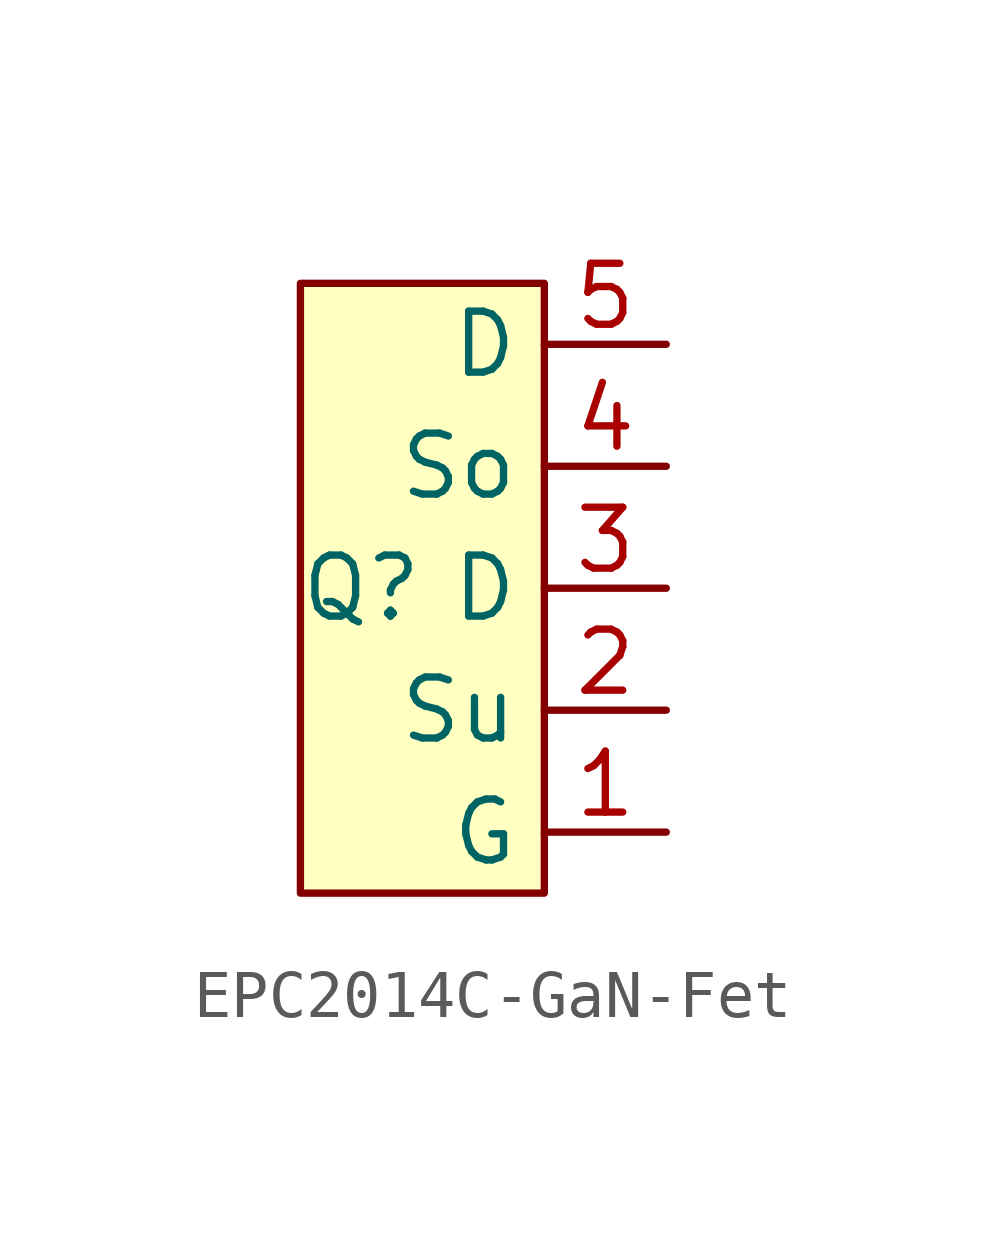
<source format=kicad_sym>
(kicad_symbol_lib
  (version 20241209)
  (generator "kicad_symbol_editor")
  (generator_version "9.0")
  (symbol "EPC2014C-GaN-Fet"
    (property "Reference" "Q"
      (at -3.81 0 0)
      (effects (font (size 1.27 1.27))))
    (property "Value" ""
      (at 0 1.27 0)
      (effects (font (size 1.27 1.27))))
    (symbol "EPC2014C-GaN-Fet_1_1"
      (rectangle (start -5.08 6.35) (end 0 -6.35) (stroke (width 0) (type default)) (fill (type background)))
      (pin bidirectional line (at 2.54 5.08 180) (length 2.54) (name "D" (effects (font (size 1.27 1.27)))) (number "5" (effects (font (size 1.27 1.27)))))
      (pin bidirectional line (at 2.54 2.54 180) (length 2.54) (name "So" (effects (font (size 1.27 1.27)))) (number "4" (effects (font (size 1.27 1.27)))))
      (pin bidirectional line (at 2.54 0 180) (length 2.54) (name "D" (effects (font (size 1.27 1.27)))) (number "3" (effects (font (size 1.27 1.27)))))
      (pin bidirectional line (at 2.54 -2.54 180) (length 2.54) (name "Su" (effects (font (size 1.27 1.27)))) (number "2" (effects (font (size 1.27 1.27)))))
      (pin input line (at 2.54 -5.08 180) (length 2.54) (name "G" (effects (font (size 1.27 1.27)))) (number "1" (effects (font (size 1.27 1.27))))))))
</source>
